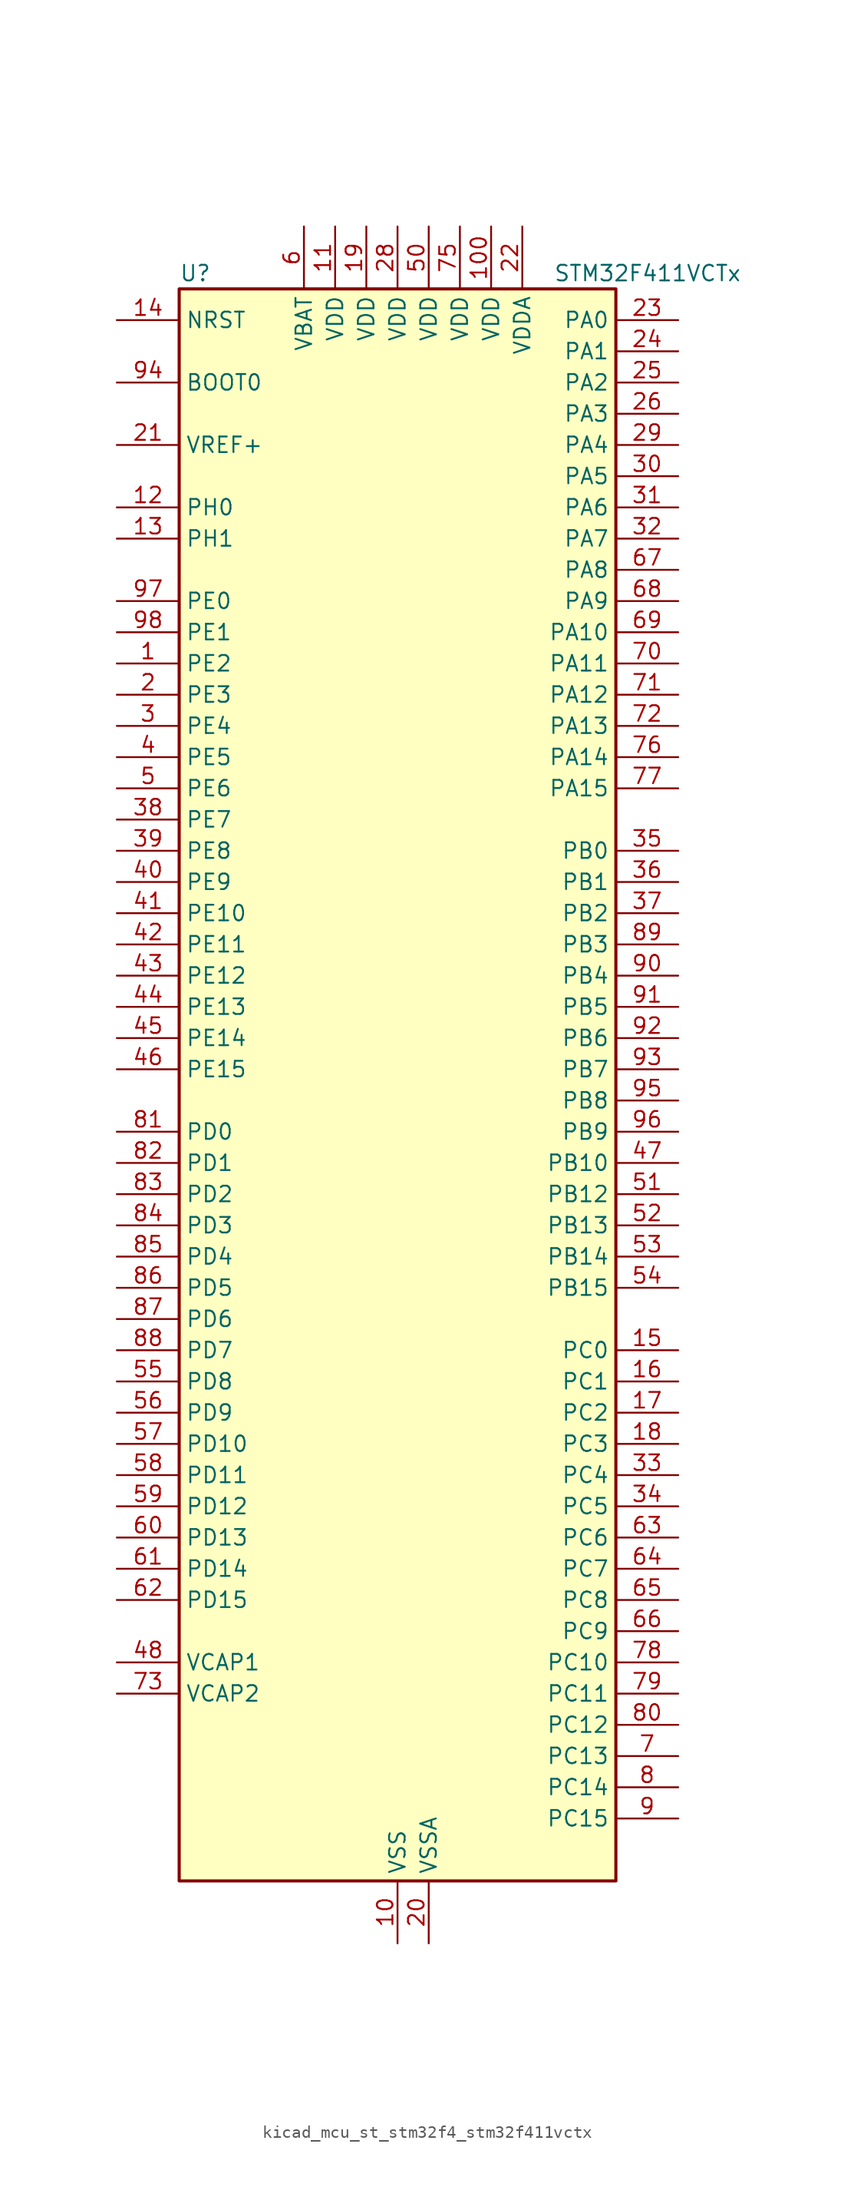
<source format=kicad_sym>
(kicad_symbol_lib
  (version 20220914)
  (generator kicad_symbol_editor)
  (symbol "kicad_mcu_st_stm32f4_stm32f411vctx"
    (property "Reference" "U"
      (at -17.78 67.31 0)
      (effects (font (size 1.27 1.27)) (justify left)))
    (property "Value" "STM32F411VCTx"
      (at 12.7 67.31 0)
      (effects (font (size 1.27 1.27)) (justify left)))
    (property "ki_locked" ""
      (at 0 0 0)
      (effects (font (size 1.27 1.27))))
    (symbol "kicad_mcu_st_stm32f4_stm32f411vctx_0_1"
      (rectangle (start -17.78 -63.5) (end 17.78 66.04) (stroke (width 0.254) (type default)) (fill (type background))))
    (symbol "kicad_mcu_st_stm32f4_stm32f411vctx_1_1"
      (pin bidirectional line (at -22.86 35.56 0) (length 5.08) (name "PE2" (effects (font (size 1.27 1.27)))) (number "1" (effects (font (size 1.27 1.27)))) (alternate "I2S4_CK" bidirectional line) (alternate "I2S5_CK" bidirectional line) (alternate "SPI4_SCK" bidirectional line) (alternate "SPI5_SCK" bidirectional line) (alternate "SYS_TRACECLK" bidirectional line))
      (pin power_in line (at 0 -68.58 90) (length 5.08) (name "VSS" (effects (font (size 1.27 1.27)))) (number "10" (effects (font (size 1.27 1.27)))))
      (pin power_in line (at 7.62 71.12 270) (length 5.08) (name "VDD" (effects (font (size 1.27 1.27)))) (number "100" (effects (font (size 1.27 1.27)))))
      (pin power_in line (at -5.08 71.12 270) (length 5.08) (name "VDD" (effects (font (size 1.27 1.27)))) (number "11" (effects (font (size 1.27 1.27)))))
      (pin bidirectional line (at -22.86 48.26 0) (length 5.08) (name "PH0" (effects (font (size 1.27 1.27)))) (number "12" (effects (font (size 1.27 1.27)))) (alternate "RCC_OSC_IN" bidirectional line))
      (pin bidirectional line (at -22.86 45.72 0) (length 5.08) (name "PH1" (effects (font (size 1.27 1.27)))) (number "13" (effects (font (size 1.27 1.27)))) (alternate "RCC_OSC_OUT" bidirectional line))
      (pin input line (at -22.86 63.5 0) (length 5.08) (name "NRST" (effects (font (size 1.27 1.27)))) (number "14" (effects (font (size 1.27 1.27)))))
      (pin bidirectional line (at 22.86 -20.32 180) (length 5.08) (name "PC0" (effects (font (size 1.27 1.27)))) (number "15" (effects (font (size 1.27 1.27)))) (alternate "ADC1_IN10" bidirectional line))
      (pin bidirectional line (at 22.86 -22.86 180) (length 5.08) (name "PC1" (effects (font (size 1.27 1.27)))) (number "16" (effects (font (size 1.27 1.27)))) (alternate "ADC1_IN11" bidirectional line))
      (pin bidirectional line (at 22.86 -25.4 180) (length 5.08) (name "PC2" (effects (font (size 1.27 1.27)))) (number "17" (effects (font (size 1.27 1.27)))) (alternate "ADC1_IN12" bidirectional line) (alternate "I2S2_ext_SD" bidirectional line) (alternate "SPI2_MISO" bidirectional line))
      (pin bidirectional line (at 22.86 -27.94 180) (length 5.08) (name "PC3" (effects (font (size 1.27 1.27)))) (number "18" (effects (font (size 1.27 1.27)))) (alternate "ADC1_IN13" bidirectional line) (alternate "I2S2_SD" bidirectional line) (alternate "SPI2_MOSI" bidirectional line))
      (pin power_in line (at -2.54 71.12 270) (length 5.08) (name "VDD" (effects (font (size 1.27 1.27)))) (number "19" (effects (font (size 1.27 1.27)))))
      (pin bidirectional line (at -22.86 33.02 0) (length 5.08) (name "PE3" (effects (font (size 1.27 1.27)))) (number "2" (effects (font (size 1.27 1.27)))) (alternate "SYS_TRACED0" bidirectional line))
      (pin power_in line (at 2.54 -68.58 90) (length 5.08) (name "VSSA" (effects (font (size 1.27 1.27)))) (number "20" (effects (font (size 1.27 1.27)))))
      (pin input line (at -22.86 53.34 0) (length 5.08) (name "VREF+" (effects (font (size 1.27 1.27)))) (number "21" (effects (font (size 1.27 1.27)))))
      (pin power_in line (at 10.16 71.12 270) (length 5.08) (name "VDDA" (effects (font (size 1.27 1.27)))) (number "22" (effects (font (size 1.27 1.27)))))
      (pin bidirectional line (at 22.86 63.5 180) (length 5.08) (name "PA0" (effects (font (size 1.27 1.27)))) (number "23" (effects (font (size 1.27 1.27)))) (alternate "ADC1_IN0" bidirectional line) (alternate "SYS_WKUP" bidirectional line) (alternate "TIM2_CH1" bidirectional line) (alternate "TIM2_ETR" bidirectional line) (alternate "TIM5_CH1" bidirectional line) (alternate "USART2_CTS" bidirectional line))
      (pin bidirectional line (at 22.86 60.96 180) (length 5.08) (name "PA1" (effects (font (size 1.27 1.27)))) (number "24" (effects (font (size 1.27 1.27)))) (alternate "ADC1_IN1" bidirectional line) (alternate "I2S4_SD" bidirectional line) (alternate "SPI4_MOSI" bidirectional line) (alternate "TIM2_CH2" bidirectional line) (alternate "TIM5_CH2" bidirectional line) (alternate "USART2_RTS" bidirectional line))
      (pin bidirectional line (at 22.86 58.42 180) (length 5.08) (name "PA2" (effects (font (size 1.27 1.27)))) (number "25" (effects (font (size 1.27 1.27)))) (alternate "ADC1_IN2" bidirectional line) (alternate "I2S_CKIN" bidirectional line) (alternate "TIM2_CH3" bidirectional line) (alternate "TIM5_CH3" bidirectional line) (alternate "TIM9_CH1" bidirectional line) (alternate "USART2_TX" bidirectional line))
      (pin bidirectional line (at 22.86 55.88 180) (length 5.08) (name "PA3" (effects (font (size 1.27 1.27)))) (number "26" (effects (font (size 1.27 1.27)))) (alternate "ADC1_IN3" bidirectional line) (alternate "I2S2_MCK" bidirectional line) (alternate "TIM2_CH4" bidirectional line) (alternate "TIM5_CH4" bidirectional line) (alternate "TIM9_CH2" bidirectional line) (alternate "USART2_RX" bidirectional line))
      (pin passive line (at 0 -68.58 90) (length 5.08) hide (name "VSS" (effects (font (size 1.27 1.27)))) (number "27" (effects (font (size 1.27 1.27)))))
      (pin power_in line (at 0 71.12 270) (length 5.08) (name "VDD" (effects (font (size 1.27 1.27)))) (number "28" (effects (font (size 1.27 1.27)))))
      (pin bidirectional line (at 22.86 53.34 180) (length 5.08) (name "PA4" (effects (font (size 1.27 1.27)))) (number "29" (effects (font (size 1.27 1.27)))) (alternate "ADC1_IN4" bidirectional line) (alternate "I2S1_WS" bidirectional line) (alternate "I2S3_WS" bidirectional line) (alternate "SPI1_NSS" bidirectional line) (alternate "SPI3_NSS" bidirectional line) (alternate "USART2_CK" bidirectional line))
      (pin bidirectional line (at -22.86 30.48 0) (length 5.08) (name "PE4" (effects (font (size 1.27 1.27)))) (number "3" (effects (font (size 1.27 1.27)))) (alternate "I2S4_WS" bidirectional line) (alternate "I2S5_WS" bidirectional line) (alternate "SPI4_NSS" bidirectional line) (alternate "SPI5_NSS" bidirectional line) (alternate "SYS_TRACED1" bidirectional line))
      (pin bidirectional line (at 22.86 50.8 180) (length 5.08) (name "PA5" (effects (font (size 1.27 1.27)))) (number "30" (effects (font (size 1.27 1.27)))) (alternate "ADC1_IN5" bidirectional line) (alternate "I2S1_CK" bidirectional line) (alternate "SPI1_SCK" bidirectional line) (alternate "TIM2_CH1" bidirectional line) (alternate "TIM2_ETR" bidirectional line))
      (pin bidirectional line (at 22.86 48.26 180) (length 5.08) (name "PA6" (effects (font (size 1.27 1.27)))) (number "31" (effects (font (size 1.27 1.27)))) (alternate "ADC1_IN6" bidirectional line) (alternate "I2S2_MCK" bidirectional line) (alternate "SDIO_CMD" bidirectional line) (alternate "SPI1_MISO" bidirectional line) (alternate "TIM1_BKIN" bidirectional line) (alternate "TIM3_CH1" bidirectional line))
      (pin bidirectional line (at 22.86 45.72 180) (length 5.08) (name "PA7" (effects (font (size 1.27 1.27)))) (number "32" (effects (font (size 1.27 1.27)))) (alternate "ADC1_IN7" bidirectional line) (alternate "I2S1_SD" bidirectional line) (alternate "SPI1_MOSI" bidirectional line) (alternate "TIM1_CH1N" bidirectional line) (alternate "TIM3_CH2" bidirectional line))
      (pin bidirectional line (at 22.86 -30.48 180) (length 5.08) (name "PC4" (effects (font (size 1.27 1.27)))) (number "33" (effects (font (size 1.27 1.27)))) (alternate "ADC1_IN14" bidirectional line))
      (pin bidirectional line (at 22.86 -33.02 180) (length 5.08) (name "PC5" (effects (font (size 1.27 1.27)))) (number "34" (effects (font (size 1.27 1.27)))) (alternate "ADC1_IN15" bidirectional line))
      (pin bidirectional line (at 22.86 20.32 180) (length 5.08) (name "PB0" (effects (font (size 1.27 1.27)))) (number "35" (effects (font (size 1.27 1.27)))) (alternate "ADC1_IN8" bidirectional line) (alternate "I2S5_CK" bidirectional line) (alternate "SPI5_SCK" bidirectional line) (alternate "TIM1_CH2N" bidirectional line) (alternate "TIM3_CH3" bidirectional line))
      (pin bidirectional line (at 22.86 17.78 180) (length 5.08) (name "PB1" (effects (font (size 1.27 1.27)))) (number "36" (effects (font (size 1.27 1.27)))) (alternate "ADC1_IN9" bidirectional line) (alternate "I2S5_WS" bidirectional line) (alternate "SPI5_NSS" bidirectional line) (alternate "TIM1_CH3N" bidirectional line) (alternate "TIM3_CH4" bidirectional line))
      (pin bidirectional line (at 22.86 15.24 180) (length 5.08) (name "PB2" (effects (font (size 1.27 1.27)))) (number "37" (effects (font (size 1.27 1.27)))))
      (pin bidirectional line (at -22.86 22.86 0) (length 5.08) (name "PE7" (effects (font (size 1.27 1.27)))) (number "38" (effects (font (size 1.27 1.27)))) (alternate "TIM1_ETR" bidirectional line))
      (pin bidirectional line (at -22.86 20.32 0) (length 5.08) (name "PE8" (effects (font (size 1.27 1.27)))) (number "39" (effects (font (size 1.27 1.27)))) (alternate "TIM1_CH1N" bidirectional line))
      (pin bidirectional line (at -22.86 27.94 0) (length 5.08) (name "PE5" (effects (font (size 1.27 1.27)))) (number "4" (effects (font (size 1.27 1.27)))) (alternate "SPI4_MISO" bidirectional line) (alternate "SPI5_MISO" bidirectional line) (alternate "SYS_TRACED2" bidirectional line) (alternate "TIM9_CH1" bidirectional line))
      (pin bidirectional line (at -22.86 17.78 0) (length 5.08) (name "PE9" (effects (font (size 1.27 1.27)))) (number "40" (effects (font (size 1.27 1.27)))) (alternate "TIM1_CH1" bidirectional line))
      (pin bidirectional line (at -22.86 15.24 0) (length 5.08) (name "PE10" (effects (font (size 1.27 1.27)))) (number "41" (effects (font (size 1.27 1.27)))) (alternate "TIM1_CH2N" bidirectional line))
      (pin bidirectional line (at -22.86 12.7 0) (length 5.08) (name "PE11" (effects (font (size 1.27 1.27)))) (number "42" (effects (font (size 1.27 1.27)))) (alternate "ADC1_EXTI11" bidirectional line) (alternate "I2S4_WS" bidirectional line) (alternate "I2S5_WS" bidirectional line) (alternate "SPI4_NSS" bidirectional line) (alternate "SPI5_NSS" bidirectional line) (alternate "TIM1_CH2" bidirectional line))
      (pin bidirectional line (at -22.86 10.16 0) (length 5.08) (name "PE12" (effects (font (size 1.27 1.27)))) (number "43" (effects (font (size 1.27 1.27)))) (alternate "I2S4_CK" bidirectional line) (alternate "I2S5_CK" bidirectional line) (alternate "SPI4_SCK" bidirectional line) (alternate "SPI5_SCK" bidirectional line) (alternate "TIM1_CH3N" bidirectional line))
      (pin bidirectional line (at -22.86 7.62 0) (length 5.08) (name "PE13" (effects (font (size 1.27 1.27)))) (number "44" (effects (font (size 1.27 1.27)))) (alternate "SPI4_MISO" bidirectional line) (alternate "SPI5_MISO" bidirectional line) (alternate "TIM1_CH3" bidirectional line))
      (pin bidirectional line (at -22.86 5.08 0) (length 5.08) (name "PE14" (effects (font (size 1.27 1.27)))) (number "45" (effects (font (size 1.27 1.27)))) (alternate "I2S4_SD" bidirectional line) (alternate "I2S5_SD" bidirectional line) (alternate "SPI4_MOSI" bidirectional line) (alternate "SPI5_MOSI" bidirectional line) (alternate "TIM1_CH4" bidirectional line))
      (pin bidirectional line (at -22.86 2.54 0) (length 5.08) (name "PE15" (effects (font (size 1.27 1.27)))) (number "46" (effects (font (size 1.27 1.27)))) (alternate "ADC1_EXTI15" bidirectional line) (alternate "TIM1_BKIN" bidirectional line))
      (pin bidirectional line (at 22.86 -5.08 180) (length 5.08) (name "PB10" (effects (font (size 1.27 1.27)))) (number "47" (effects (font (size 1.27 1.27)))) (alternate "I2C2_SCL" bidirectional line) (alternate "I2S2_CK" bidirectional line) (alternate "I2S3_MCK" bidirectional line) (alternate "SDIO_D7" bidirectional line) (alternate "SPI2_SCK" bidirectional line) (alternate "TIM2_CH3" bidirectional line))
      (pin power_out line (at -22.86 -45.72 0) (length 5.08) (name "VCAP1" (effects (font (size 1.27 1.27)))) (number "48" (effects (font (size 1.27 1.27)))))
      (pin passive line (at 0 -68.58 90) (length 5.08) hide (name "VSS" (effects (font (size 1.27 1.27)))) (number "49" (effects (font (size 1.27 1.27)))))
      (pin bidirectional line (at -22.86 25.4 0) (length 5.08) (name "PE6" (effects (font (size 1.27 1.27)))) (number "5" (effects (font (size 1.27 1.27)))) (alternate "I2S4_SD" bidirectional line) (alternate "I2S5_SD" bidirectional line) (alternate "SPI4_MOSI" bidirectional line) (alternate "SPI5_MOSI" bidirectional line) (alternate "SYS_TRACED3" bidirectional line) (alternate "TIM9_CH2" bidirectional line))
      (pin power_in line (at 2.54 71.12 270) (length 5.08) (name "VDD" (effects (font (size 1.27 1.27)))) (number "50" (effects (font (size 1.27 1.27)))))
      (pin bidirectional line (at 22.86 -7.62 180) (length 5.08) (name "PB12" (effects (font (size 1.27 1.27)))) (number "51" (effects (font (size 1.27 1.27)))) (alternate "I2C2_SMBA" bidirectional line) (alternate "I2S2_WS" bidirectional line) (alternate "I2S3_CK" bidirectional line) (alternate "I2S4_WS" bidirectional line) (alternate "SPI2_NSS" bidirectional line) (alternate "SPI3_SCK" bidirectional line) (alternate "SPI4_NSS" bidirectional line) (alternate "TIM1_BKIN" bidirectional line))
      (pin bidirectional line (at 22.86 -10.16 180) (length 5.08) (name "PB13" (effects (font (size 1.27 1.27)))) (number "52" (effects (font (size 1.27 1.27)))) (alternate "I2S2_CK" bidirectional line) (alternate "I2S4_CK" bidirectional line) (alternate "SPI2_SCK" bidirectional line) (alternate "SPI4_SCK" bidirectional line) (alternate "TIM1_CH1N" bidirectional line))
      (pin bidirectional line (at 22.86 -12.7 180) (length 5.08) (name "PB14" (effects (font (size 1.27 1.27)))) (number "53" (effects (font (size 1.27 1.27)))) (alternate "I2S2_ext_SD" bidirectional line) (alternate "SDIO_D6" bidirectional line) (alternate "SPI2_MISO" bidirectional line) (alternate "TIM1_CH2N" bidirectional line))
      (pin bidirectional line (at 22.86 -15.24 180) (length 5.08) (name "PB15" (effects (font (size 1.27 1.27)))) (number "54" (effects (font (size 1.27 1.27)))) (alternate "ADC1_EXTI15" bidirectional line) (alternate "I2S2_SD" bidirectional line) (alternate "RTC_REFIN" bidirectional line) (alternate "SDIO_CK" bidirectional line) (alternate "SPI2_MOSI" bidirectional line) (alternate "TIM1_CH3N" bidirectional line))
      (pin bidirectional line (at -22.86 -22.86 0) (length 5.08) (name "PD8" (effects (font (size 1.27 1.27)))) (number "55" (effects (font (size 1.27 1.27)))))
      (pin bidirectional line (at -22.86 -25.4 0) (length 5.08) (name "PD9" (effects (font (size 1.27 1.27)))) (number "56" (effects (font (size 1.27 1.27)))))
      (pin bidirectional line (at -22.86 -27.94 0) (length 5.08) (name "PD10" (effects (font (size 1.27 1.27)))) (number "57" (effects (font (size 1.27 1.27)))))
      (pin bidirectional line (at -22.86 -30.48 0) (length 5.08) (name "PD11" (effects (font (size 1.27 1.27)))) (number "58" (effects (font (size 1.27 1.27)))) (alternate "ADC1_EXTI11" bidirectional line))
      (pin bidirectional line (at -22.86 -33.02 0) (length 5.08) (name "PD12" (effects (font (size 1.27 1.27)))) (number "59" (effects (font (size 1.27 1.27)))) (alternate "TIM4_CH1" bidirectional line))
      (pin power_in line (at -7.62 71.12 270) (length 5.08) (name "VBAT" (effects (font (size 1.27 1.27)))) (number "6" (effects (font (size 1.27 1.27)))))
      (pin bidirectional line (at -22.86 -35.56 0) (length 5.08) (name "PD13" (effects (font (size 1.27 1.27)))) (number "60" (effects (font (size 1.27 1.27)))) (alternate "TIM4_CH2" bidirectional line))
      (pin bidirectional line (at -22.86 -38.1 0) (length 5.08) (name "PD14" (effects (font (size 1.27 1.27)))) (number "61" (effects (font (size 1.27 1.27)))) (alternate "TIM4_CH3" bidirectional line))
      (pin bidirectional line (at -22.86 -40.64 0) (length 5.08) (name "PD15" (effects (font (size 1.27 1.27)))) (number "62" (effects (font (size 1.27 1.27)))) (alternate "ADC1_EXTI15" bidirectional line) (alternate "TIM4_CH4" bidirectional line))
      (pin bidirectional line (at 22.86 -35.56 180) (length 5.08) (name "PC6" (effects (font (size 1.27 1.27)))) (number "63" (effects (font (size 1.27 1.27)))) (alternate "I2S2_MCK" bidirectional line) (alternate "SDIO_D6" bidirectional line) (alternate "TIM3_CH1" bidirectional line) (alternate "USART6_TX" bidirectional line))
      (pin bidirectional line (at 22.86 -38.1 180) (length 5.08) (name "PC7" (effects (font (size 1.27 1.27)))) (number "64" (effects (font (size 1.27 1.27)))) (alternate "I2S2_CK" bidirectional line) (alternate "I2S3_MCK" bidirectional line) (alternate "SDIO_D7" bidirectional line) (alternate "SPI2_SCK" bidirectional line) (alternate "TIM3_CH2" bidirectional line) (alternate "USART6_RX" bidirectional line))
      (pin bidirectional line (at 22.86 -40.64 180) (length 5.08) (name "PC8" (effects (font (size 1.27 1.27)))) (number "65" (effects (font (size 1.27 1.27)))) (alternate "SDIO_D0" bidirectional line) (alternate "TIM3_CH3" bidirectional line) (alternate "USART6_CK" bidirectional line))
      (pin bidirectional line (at 22.86 -43.18 180) (length 5.08) (name "PC9" (effects (font (size 1.27 1.27)))) (number "66" (effects (font (size 1.27 1.27)))) (alternate "I2C3_SDA" bidirectional line) (alternate "I2S_CKIN" bidirectional line) (alternate "RCC_MCO_2" bidirectional line) (alternate "SDIO_D1" bidirectional line) (alternate "TIM3_CH4" bidirectional line))
      (pin bidirectional line (at 22.86 43.18 180) (length 5.08) (name "PA8" (effects (font (size 1.27 1.27)))) (number "67" (effects (font (size 1.27 1.27)))) (alternate "I2C3_SCL" bidirectional line) (alternate "RCC_MCO_1" bidirectional line) (alternate "SDIO_D1" bidirectional line) (alternate "TIM1_CH1" bidirectional line) (alternate "USART1_CK" bidirectional line) (alternate "USB_OTG_FS_SOF" bidirectional line))
      (pin bidirectional line (at 22.86 40.64 180) (length 5.08) (name "PA9" (effects (font (size 1.27 1.27)))) (number "68" (effects (font (size 1.27 1.27)))) (alternate "I2C3_SMBA" bidirectional line) (alternate "SDIO_D2" bidirectional line) (alternate "TIM1_CH2" bidirectional line) (alternate "USART1_TX" bidirectional line) (alternate "USB_OTG_FS_VBUS" bidirectional line))
      (pin bidirectional line (at 22.86 38.1 180) (length 5.08) (name "PA10" (effects (font (size 1.27 1.27)))) (number "69" (effects (font (size 1.27 1.27)))) (alternate "I2S5_SD" bidirectional line) (alternate "SPI5_MOSI" bidirectional line) (alternate "TIM1_CH3" bidirectional line) (alternate "USART1_RX" bidirectional line) (alternate "USB_OTG_FS_ID" bidirectional line))
      (pin bidirectional line (at 22.86 -53.34 180) (length 5.08) (name "PC13" (effects (font (size 1.27 1.27)))) (number "7" (effects (font (size 1.27 1.27)))) (alternate "RTC_AF1" bidirectional line))
      (pin bidirectional line (at 22.86 35.56 180) (length 5.08) (name "PA11" (effects (font (size 1.27 1.27)))) (number "70" (effects (font (size 1.27 1.27)))) (alternate "ADC1_EXTI11" bidirectional line) (alternate "SPI4_MISO" bidirectional line) (alternate "TIM1_CH4" bidirectional line) (alternate "USART1_CTS" bidirectional line) (alternate "USART6_TX" bidirectional line) (alternate "USB_OTG_FS_DM" bidirectional line))
      (pin bidirectional line (at 22.86 33.02 180) (length 5.08) (name "PA12" (effects (font (size 1.27 1.27)))) (number "71" (effects (font (size 1.27 1.27)))) (alternate "SPI5_MISO" bidirectional line) (alternate "TIM1_ETR" bidirectional line) (alternate "USART1_RTS" bidirectional line) (alternate "USART6_RX" bidirectional line) (alternate "USB_OTG_FS_DP" bidirectional line))
      (pin bidirectional line (at 22.86 30.48 180) (length 5.08) (name "PA13" (effects (font (size 1.27 1.27)))) (number "72" (effects (font (size 1.27 1.27)))) (alternate "SYS_JTMS-SWDIO" bidirectional line))
      (pin power_out line (at -22.86 -48.26 0) (length 5.08) (name "VCAP2" (effects (font (size 1.27 1.27)))) (number "73" (effects (font (size 1.27 1.27)))))
      (pin passive line (at 0 -68.58 90) (length 5.08) hide (name "VSS" (effects (font (size 1.27 1.27)))) (number "74" (effects (font (size 1.27 1.27)))))
      (pin power_in line (at 5.08 71.12 270) (length 5.08) (name "VDD" (effects (font (size 1.27 1.27)))) (number "75" (effects (font (size 1.27 1.27)))))
      (pin bidirectional line (at 22.86 27.94 180) (length 5.08) (name "PA14" (effects (font (size 1.27 1.27)))) (number "76" (effects (font (size 1.27 1.27)))) (alternate "SYS_JTCK-SWCLK" bidirectional line))
      (pin bidirectional line (at 22.86 25.4 180) (length 5.08) (name "PA15" (effects (font (size 1.27 1.27)))) (number "77" (effects (font (size 1.27 1.27)))) (alternate "ADC1_EXTI15" bidirectional line) (alternate "I2S1_WS" bidirectional line) (alternate "I2S3_WS" bidirectional line) (alternate "SPI1_NSS" bidirectional line) (alternate "SPI3_NSS" bidirectional line) (alternate "SYS_JTDI" bidirectional line) (alternate "TIM2_CH1" bidirectional line) (alternate "TIM2_ETR" bidirectional line) (alternate "USART1_TX" bidirectional line))
      (pin bidirectional line (at 22.86 -45.72 180) (length 5.08) (name "PC10" (effects (font (size 1.27 1.27)))) (number "78" (effects (font (size 1.27 1.27)))) (alternate "I2S3_CK" bidirectional line) (alternate "SDIO_D2" bidirectional line) (alternate "SPI3_SCK" bidirectional line))
      (pin bidirectional line (at 22.86 -48.26 180) (length 5.08) (name "PC11" (effects (font (size 1.27 1.27)))) (number "79" (effects (font (size 1.27 1.27)))) (alternate "ADC1_EXTI11" bidirectional line) (alternate "I2S3_ext_SD" bidirectional line) (alternate "SDIO_D3" bidirectional line) (alternate "SPI3_MISO" bidirectional line))
      (pin bidirectional line (at 22.86 -55.88 180) (length 5.08) (name "PC14" (effects (font (size 1.27 1.27)))) (number "8" (effects (font (size 1.27 1.27)))) (alternate "RCC_OSC32_IN" bidirectional line))
      (pin bidirectional line (at 22.86 -50.8 180) (length 5.08) (name "PC12" (effects (font (size 1.27 1.27)))) (number "80" (effects (font (size 1.27 1.27)))) (alternate "I2S3_SD" bidirectional line) (alternate "SDIO_CK" bidirectional line) (alternate "SPI3_MOSI" bidirectional line))
      (pin bidirectional line (at -22.86 -2.54 0) (length 5.08) (name "PD0" (effects (font (size 1.27 1.27)))) (number "81" (effects (font (size 1.27 1.27)))))
      (pin bidirectional line (at -22.86 -5.08 0) (length 5.08) (name "PD1" (effects (font (size 1.27 1.27)))) (number "82" (effects (font (size 1.27 1.27)))))
      (pin bidirectional line (at -22.86 -7.62 0) (length 5.08) (name "PD2" (effects (font (size 1.27 1.27)))) (number "83" (effects (font (size 1.27 1.27)))) (alternate "SDIO_CMD" bidirectional line) (alternate "TIM3_ETR" bidirectional line))
      (pin bidirectional line (at -22.86 -10.16 0) (length 5.08) (name "PD3" (effects (font (size 1.27 1.27)))) (number "84" (effects (font (size 1.27 1.27)))) (alternate "I2S2_CK" bidirectional line) (alternate "SPI2_SCK" bidirectional line) (alternate "USART2_CTS" bidirectional line))
      (pin bidirectional line (at -22.86 -12.7 0) (length 5.08) (name "PD4" (effects (font (size 1.27 1.27)))) (number "85" (effects (font (size 1.27 1.27)))) (alternate "USART2_RTS" bidirectional line))
      (pin bidirectional line (at -22.86 -15.24 0) (length 5.08) (name "PD5" (effects (font (size 1.27 1.27)))) (number "86" (effects (font (size 1.27 1.27)))) (alternate "USART2_TX" bidirectional line))
      (pin bidirectional line (at -22.86 -17.78 0) (length 5.08) (name "PD6" (effects (font (size 1.27 1.27)))) (number "87" (effects (font (size 1.27 1.27)))) (alternate "I2S3_SD" bidirectional line) (alternate "SPI3_MOSI" bidirectional line) (alternate "USART2_RX" bidirectional line))
      (pin bidirectional line (at -22.86 -20.32 0) (length 5.08) (name "PD7" (effects (font (size 1.27 1.27)))) (number "88" (effects (font (size 1.27 1.27)))) (alternate "USART2_CK" bidirectional line))
      (pin bidirectional line (at 22.86 12.7 180) (length 5.08) (name "PB3" (effects (font (size 1.27 1.27)))) (number "89" (effects (font (size 1.27 1.27)))) (alternate "I2C2_SDA" bidirectional line) (alternate "I2S1_CK" bidirectional line) (alternate "I2S3_CK" bidirectional line) (alternate "SPI1_SCK" bidirectional line) (alternate "SPI3_SCK" bidirectional line) (alternate "SYS_JTDO-SWO" bidirectional line) (alternate "TIM2_CH2" bidirectional line) (alternate "USART1_RX" bidirectional line))
      (pin bidirectional line (at 22.86 -58.42 180) (length 5.08) (name "PC15" (effects (font (size 1.27 1.27)))) (number "9" (effects (font (size 1.27 1.27)))) (alternate "ADC1_EXTI15" bidirectional line) (alternate "RCC_OSC32_OUT" bidirectional line))
      (pin bidirectional line (at 22.86 10.16 180) (length 5.08) (name "PB4" (effects (font (size 1.27 1.27)))) (number "90" (effects (font (size 1.27 1.27)))) (alternate "I2C3_SDA" bidirectional line) (alternate "I2S3_ext_SD" bidirectional line) (alternate "SDIO_D0" bidirectional line) (alternate "SPI1_MISO" bidirectional line) (alternate "SPI3_MISO" bidirectional line) (alternate "SYS_JTRST" bidirectional line) (alternate "TIM3_CH1" bidirectional line))
      (pin bidirectional line (at 22.86 7.62 180) (length 5.08) (name "PB5" (effects (font (size 1.27 1.27)))) (number "91" (effects (font (size 1.27 1.27)))) (alternate "I2C1_SMBA" bidirectional line) (alternate "I2S1_SD" bidirectional line) (alternate "I2S3_SD" bidirectional line) (alternate "SDIO_D3" bidirectional line) (alternate "SPI1_MOSI" bidirectional line) (alternate "SPI3_MOSI" bidirectional line) (alternate "TIM3_CH2" bidirectional line))
      (pin bidirectional line (at 22.86 5.08 180) (length 5.08) (name "PB6" (effects (font (size 1.27 1.27)))) (number "92" (effects (font (size 1.27 1.27)))) (alternate "I2C1_SCL" bidirectional line) (alternate "TIM4_CH1" bidirectional line) (alternate "USART1_TX" bidirectional line))
      (pin bidirectional line (at 22.86 2.54 180) (length 5.08) (name "PB7" (effects (font (size 1.27 1.27)))) (number "93" (effects (font (size 1.27 1.27)))) (alternate "I2C1_SDA" bidirectional line) (alternate "SDIO_D0" bidirectional line) (alternate "TIM4_CH2" bidirectional line) (alternate "USART1_RX" bidirectional line))
      (pin input line (at -22.86 58.42 0) (length 5.08) (name "BOOT0" (effects (font (size 1.27 1.27)))) (number "94" (effects (font (size 1.27 1.27)))))
      (pin bidirectional line (at 22.86 0 180) (length 5.08) (name "PB8" (effects (font (size 1.27 1.27)))) (number "95" (effects (font (size 1.27 1.27)))) (alternate "I2C1_SCL" bidirectional line) (alternate "I2C3_SDA" bidirectional line) (alternate "I2S5_SD" bidirectional line) (alternate "SDIO_D4" bidirectional line) (alternate "SPI5_MOSI" bidirectional line) (alternate "TIM10_CH1" bidirectional line) (alternate "TIM4_CH3" bidirectional line))
      (pin bidirectional line (at 22.86 -2.54 180) (length 5.08) (name "PB9" (effects (font (size 1.27 1.27)))) (number "96" (effects (font (size 1.27 1.27)))) (alternate "I2C1_SDA" bidirectional line) (alternate "I2C2_SDA" bidirectional line) (alternate "I2S2_WS" bidirectional line) (alternate "SDIO_D5" bidirectional line) (alternate "SPI2_NSS" bidirectional line) (alternate "TIM11_CH1" bidirectional line) (alternate "TIM4_CH4" bidirectional line))
      (pin bidirectional line (at -22.86 40.64 0) (length 5.08) (name "PE0" (effects (font (size 1.27 1.27)))) (number "97" (effects (font (size 1.27 1.27)))) (alternate "TIM4_ETR" bidirectional line))
      (pin bidirectional line (at -22.86 38.1 0) (length 5.08) (name "PE1" (effects (font (size 1.27 1.27)))) (number "98" (effects (font (size 1.27 1.27)))))
      (pin passive line (at 0 -68.58 90) (length 5.08) hide (name "VSS" (effects (font (size 1.27 1.27)))) (number "99" (effects (font (size 1.27 1.27))))))))
</source>
